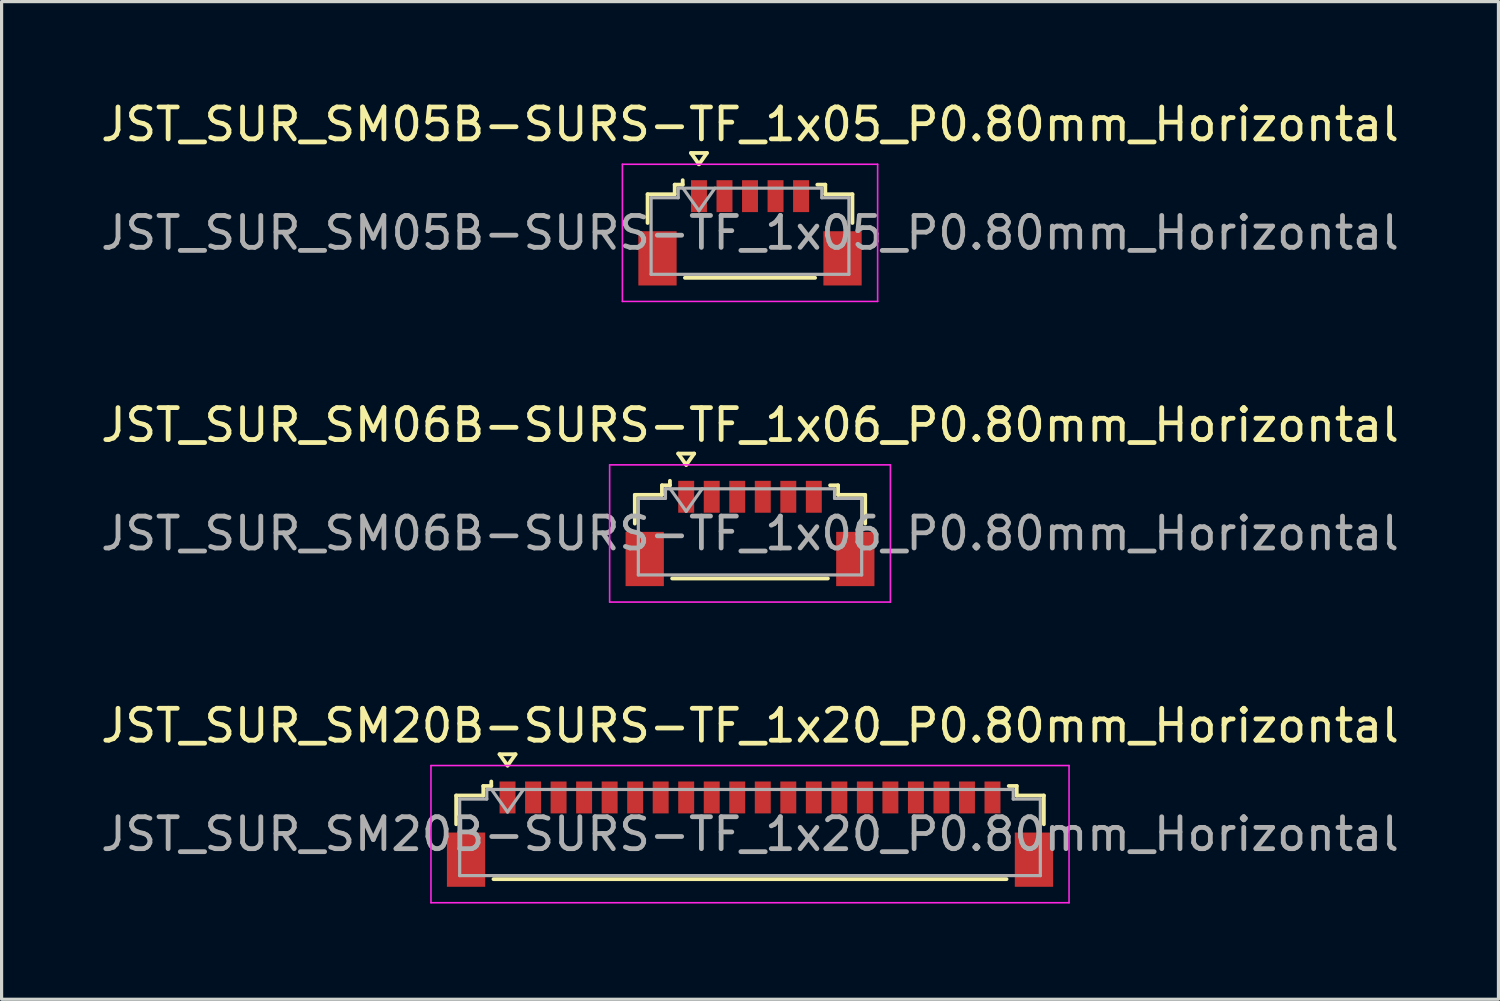
<source format=kicad_pcb>
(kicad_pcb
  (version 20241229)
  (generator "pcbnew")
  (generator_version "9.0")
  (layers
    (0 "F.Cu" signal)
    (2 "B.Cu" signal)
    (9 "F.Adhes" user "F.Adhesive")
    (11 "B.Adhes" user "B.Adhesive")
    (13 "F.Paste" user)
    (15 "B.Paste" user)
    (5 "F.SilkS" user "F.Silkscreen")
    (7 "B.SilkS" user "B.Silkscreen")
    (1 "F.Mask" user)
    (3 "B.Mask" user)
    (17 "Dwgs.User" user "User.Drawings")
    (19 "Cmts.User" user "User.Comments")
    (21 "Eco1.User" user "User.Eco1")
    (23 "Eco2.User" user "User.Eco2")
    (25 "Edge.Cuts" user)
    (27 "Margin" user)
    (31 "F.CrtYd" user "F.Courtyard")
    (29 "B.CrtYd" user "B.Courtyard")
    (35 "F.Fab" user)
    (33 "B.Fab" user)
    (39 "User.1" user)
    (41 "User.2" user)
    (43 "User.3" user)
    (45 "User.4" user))
  (footprint "JST_SUR_SM06B-SURS-TF_1x06_P0.80mm_Horizontal"
    (layer "F.Cu")
    (at 20.458 13.671)
    (property "Reference" "JST_SUR_SM06B-SURS-TF_1x06_P0.80mm_Horizontal" (at 0 -3.4 0) (layer "F.SilkS") (effects (font (size 1 1) (thickness 0.15))))
    (attr smd)
    (fp_line (start -3.61 -1.21) (end -2.76 -1.21) (stroke (width 0.12) (type solid)) (layer "F.SilkS"))
    (fp_line (start -3.61 -0.31) (end -3.61 -1.21) (stroke (width 0.12) (type solid)) (layer "F.SilkS"))
    (fp_line (start -2.76 -1.51) (end -2.51 -1.51) (stroke (width 0.12) (type solid)) (layer "F.SilkS"))
    (fp_line (start -2.76 -1.21) (end -2.76 -1.51) (stroke (width 0.12) (type solid)) (layer "F.SilkS"))
    (fp_line (start -2.51 -1.51) (end -2.51 -1.65) (stroke (width 0.12) (type solid)) (layer "F.SilkS"))
    (fp_line (start -2.44 1.41) (end 2.44 1.41) (stroke (width 0.12) (type solid)) (layer "F.SilkS"))
    (fp_line (start -2.25 -2.504) (end -2 -2.15) (stroke (width 0.12) (type solid)) (layer "F.SilkS"))
    (fp_line (start -2 -2.15) (end -1.75 -2.504) (stroke (width 0.12) (type solid)) (layer "F.SilkS"))
    (fp_line (start -1.75 -2.504) (end -2.25 -2.504) (stroke (width 0.12) (type solid)) (layer "F.SilkS"))
    (fp_line (start 2.76 -1.51) (end 2.51 -1.51) (stroke (width 0.12) (type solid)) (layer "F.SilkS"))
    (fp_line (start 2.76 -1.21) (end 2.76 -1.51) (stroke (width 0.12) (type solid)) (layer "F.SilkS"))
    (fp_line (start 3.61 -1.21) (end 2.76 -1.21) (stroke (width 0.12) (type solid)) (layer "F.SilkS"))
    (fp_line (start 3.61 -0.31) (end 3.61 -1.21) (stroke (width 0.12) (type solid)) (layer "F.SilkS"))
    (fp_line (start -4.4 -2.15) (end -4.4 2.15) (stroke (width 0.05) (type solid)) (layer "F.CrtYd"))
    (fp_line (start -4.4 2.15) (end 4.4 2.15) (stroke (width 0.05) (type solid)) (layer "F.CrtYd"))
    (fp_line (start 4.4 -2.15) (end -4.4 -2.15) (stroke (width 0.05) (type solid)) (layer "F.CrtYd"))
    (fp_line (start 4.4 2.15) (end 4.4 -2.15) (stroke (width 0.05) (type solid)) (layer "F.CrtYd"))
    (fp_line (start -3.5 -1.1) (end -3.5 1.3) (stroke (width 0.1) (type solid)) (layer "F.Fab"))
    (fp_line (start -3.5 -1.1) (end -2.65 -1.1) (stroke (width 0.1) (type solid)) (layer "F.Fab"))
    (fp_line (start -3.5 1.3) (end 3.5 1.3) (stroke (width 0.1) (type solid)) (layer "F.Fab"))
    (fp_line (start -2.65 -1.4) (end 2.65 -1.4) (stroke (width 0.1) (type solid)) (layer "F.Fab"))
    (fp_line (start -2.65 -1.1) (end -2.65 -1.4) (stroke (width 0.1) (type solid)) (layer "F.Fab"))
    (fp_line (start -2.5 -1.4) (end -2 -0.693) (stroke (width 0.1) (type solid)) (layer "F.Fab"))
    (fp_line (start -2 -0.693) (end -1.5 -1.4) (stroke (width 0.1) (type solid)) (layer "F.Fab"))
    (fp_line (start 2.65 -1.4) (end 2.65 -1.1) (stroke (width 0.1) (type solid)) (layer "F.Fab"))
    (fp_line (start 2.65 -1.1) (end 3.5 -1.1) (stroke (width 0.1) (type solid)) (layer "F.Fab"))
    (fp_line (start 3.5 -1.1) (end 3.5 1.3) (stroke (width 0.1) (type solid)) (layer "F.Fab"))
    (fp_text user "${REFERENCE}" (at 0 0 0) (layer "F.Fab") (effects (font (size 1 1) (thickness 0.15))))
    (pad "" smd rect (at -3.3 0.8) (size 1.2 1.7) (layers "F.Cu" "F.Mask" "F.Paste"))
    (pad "" smd rect (at 3.3 0.8) (size 1.2 1.7) (layers "F.Cu" "F.Mask" "F.Paste"))
    (pad "1" smd rect (at -2 -1.15) (size 0.5 1) (layers "F.Cu" "F.Mask" "F.Paste"))
    (pad "2" smd rect (at -1.2 -1.15) (size 0.5 1) (layers "F.Cu" "F.Mask" "F.Paste"))
    (pad "3" smd rect (at -0.4 -1.15) (size 0.5 1) (layers "F.Cu" "F.Mask" "F.Paste"))
    (pad "4" smd rect (at 0.4 -1.15) (size 0.5 1) (layers "F.Cu" "F.Mask" "F.Paste"))
    (pad "5" smd rect (at 1.2 -1.15) (size 0.5 1) (layers "F.Cu" "F.Mask" "F.Paste"))
    (pad "6" smd rect (at 2 -1.15) (size 0.5 1) (layers "F.Cu" "F.Mask" "F.Paste")))
  (footprint "JST_SUR_SM20B-SURS-TF_1x20_P0.80mm_Horizontal"
    (layer "F.Cu")
    (at 20.458 23.095)
    (property "Reference" "JST_SUR_SM20B-SURS-TF_1x20_P0.80mm_Horizontal" (at 0 -3.4 0) (layer "F.SilkS") (effects (font (size 1 1) (thickness 0.15))))
    (attr smd)
    (fp_line (start -9.21 -1.21) (end -8.36 -1.21) (stroke (width 0.12) (type solid)) (layer "F.SilkS"))
    (fp_line (start -9.21 -0.31) (end -9.21 -1.21) (stroke (width 0.12) (type solid)) (layer "F.SilkS"))
    (fp_line (start -8.36 -1.51) (end -8.11 -1.51) (stroke (width 0.12) (type solid)) (layer "F.SilkS"))
    (fp_line (start -8.36 -1.21) (end -8.36 -1.51) (stroke (width 0.12) (type solid)) (layer "F.SilkS"))
    (fp_line (start -8.11 -1.51) (end -8.11 -1.65) (stroke (width 0.12) (type solid)) (layer "F.SilkS"))
    (fp_line (start -8.04 1.41) (end 8.04 1.41) (stroke (width 0.12) (type solid)) (layer "F.SilkS"))
    (fp_line (start -7.85 -2.504) (end -7.6 -2.15) (stroke (width 0.12) (type solid)) (layer "F.SilkS"))
    (fp_line (start -7.6 -2.15) (end -7.35 -2.504) (stroke (width 0.12) (type solid)) (layer "F.SilkS"))
    (fp_line (start -7.35 -2.504) (end -7.85 -2.504) (stroke (width 0.12) (type solid)) (layer "F.SilkS"))
    (fp_line (start 8.36 -1.51) (end 8.11 -1.51) (stroke (width 0.12) (type solid)) (layer "F.SilkS"))
    (fp_line (start 8.36 -1.21) (end 8.36 -1.51) (stroke (width 0.12) (type solid)) (layer "F.SilkS"))
    (fp_line (start 9.21 -1.21) (end 8.36 -1.21) (stroke (width 0.12) (type solid)) (layer "F.SilkS"))
    (fp_line (start 9.21 -0.31) (end 9.21 -1.21) (stroke (width 0.12) (type solid)) (layer "F.SilkS"))
    (fp_line (start -10 -2.15) (end -10 2.15) (stroke (width 0.05) (type solid)) (layer "F.CrtYd"))
    (fp_line (start -10 2.15) (end 10 2.15) (stroke (width 0.05) (type solid)) (layer "F.CrtYd"))
    (fp_line (start 10 -2.15) (end -10 -2.15) (stroke (width 0.05) (type solid)) (layer "F.CrtYd"))
    (fp_line (start 10 2.15) (end 10 -2.15) (stroke (width 0.05) (type solid)) (layer "F.CrtYd"))
    (fp_line (start -9.1 -1.1) (end -9.1 1.3) (stroke (width 0.1) (type solid)) (layer "F.Fab"))
    (fp_line (start -9.1 -1.1) (end -8.25 -1.1) (stroke (width 0.1) (type solid)) (layer "F.Fab"))
    (fp_line (start -9.1 1.3) (end 9.1 1.3) (stroke (width 0.1) (type solid)) (layer "F.Fab"))
    (fp_line (start -8.25 -1.4) (end 8.25 -1.4) (stroke (width 0.1) (type solid)) (layer "F.Fab"))
    (fp_line (start -8.25 -1.1) (end -8.25 -1.4) (stroke (width 0.1) (type solid)) (layer "F.Fab"))
    (fp_line (start -8.1 -1.4) (end -7.6 -0.693) (stroke (width 0.1) (type solid)) (layer "F.Fab"))
    (fp_line (start -7.6 -0.693) (end -7.1 -1.4) (stroke (width 0.1) (type solid)) (layer "F.Fab"))
    (fp_line (start 8.25 -1.4) (end 8.25 -1.1) (stroke (width 0.1) (type solid)) (layer "F.Fab"))
    (fp_line (start 8.25 -1.1) (end 9.1 -1.1) (stroke (width 0.1) (type solid)) (layer "F.Fab"))
    (fp_line (start 9.1 -1.1) (end 9.1 1.3) (stroke (width 0.1) (type solid)) (layer "F.Fab"))
    (fp_text user "${REFERENCE}" (at 0 0 0) (layer "F.Fab") (effects (font (size 1 1) (thickness 0.15))))
    (pad "" smd rect (at -8.9 0.8) (size 1.2 1.7) (layers "F.Cu" "F.Mask" "F.Paste"))
    (pad "" smd rect (at 8.9 0.8) (size 1.2 1.7) (layers "F.Cu" "F.Mask" "F.Paste"))
    (pad "1" smd rect (at -7.6 -1.15) (size 0.5 1) (layers "F.Cu" "F.Mask" "F.Paste"))
    (pad "2" smd rect (at -6.8 -1.15) (size 0.5 1) (layers "F.Cu" "F.Mask" "F.Paste"))
    (pad "3" smd rect (at -6 -1.15) (size 0.5 1) (layers "F.Cu" "F.Mask" "F.Paste"))
    (pad "4" smd rect (at -5.2 -1.15) (size 0.5 1) (layers "F.Cu" "F.Mask" "F.Paste"))
    (pad "5" smd rect (at -4.4 -1.15) (size 0.5 1) (layers "F.Cu" "F.Mask" "F.Paste"))
    (pad "6" smd rect (at -3.6 -1.15) (size 0.5 1) (layers "F.Cu" "F.Mask" "F.Paste"))
    (pad "7" smd rect (at -2.8 -1.15) (size 0.5 1) (layers "F.Cu" "F.Mask" "F.Paste"))
    (pad "8" smd rect (at -2 -1.15) (size 0.5 1) (layers "F.Cu" "F.Mask" "F.Paste"))
    (pad "9" smd rect (at -1.2 -1.15) (size 0.5 1) (layers "F.Cu" "F.Mask" "F.Paste"))
    (pad "10" smd rect (at -0.4 -1.15) (size 0.5 1) (layers "F.Cu" "F.Mask" "F.Paste"))
    (pad "11" smd rect (at 0.4 -1.15) (size 0.5 1) (layers "F.Cu" "F.Mask" "F.Paste"))
    (pad "12" smd rect (at 1.2 -1.15) (size 0.5 1) (layers "F.Cu" "F.Mask" "F.Paste"))
    (pad "13" smd rect (at 2 -1.15) (size 0.5 1) (layers "F.Cu" "F.Mask" "F.Paste"))
    (pad "14" smd rect (at 2.8 -1.15) (size 0.5 1) (layers "F.Cu" "F.Mask" "F.Paste"))
    (pad "15" smd rect (at 3.6 -1.15) (size 0.5 1) (layers "F.Cu" "F.Mask" "F.Paste"))
    (pad "16" smd rect (at 4.4 -1.15) (size 0.5 1) (layers "F.Cu" "F.Mask" "F.Paste"))
    (pad "17" smd rect (at 5.2 -1.15) (size 0.5 1) (layers "F.Cu" "F.Mask" "F.Paste"))
    (pad "18" smd rect (at 6 -1.15) (size 0.5 1) (layers "F.Cu" "F.Mask" "F.Paste"))
    (pad "19" smd rect (at 6.8 -1.15) (size 0.5 1) (layers "F.Cu" "F.Mask" "F.Paste"))
    (pad "20" smd rect (at 7.6 -1.15) (size 0.5 1) (layers "F.Cu" "F.Mask" "F.Paste")))
  (footprint "JST_SUR_SM05B-SURS-TF_1x05_P0.80mm_Horizontal"
    (layer "F.Cu")
    (at 20.458 4.248)
    (property "Reference" "JST_SUR_SM05B-SURS-TF_1x05_P0.80mm_Horizontal" (at 0 -3.4 0) (layer "F.SilkS") (effects (font (size 1 1) (thickness 0.15))))
    (attr smd)
    (fp_line (start -3.21 -1.21) (end -2.36 -1.21) (stroke (width 0.12) (type solid)) (layer "F.SilkS"))
    (fp_line (start -3.21 -0.31) (end -3.21 -1.21) (stroke (width 0.12) (type solid)) (layer "F.SilkS"))
    (fp_line (start -2.36 -1.51) (end -2.11 -1.51) (stroke (width 0.12) (type solid)) (layer "F.SilkS"))
    (fp_line (start -2.36 -1.21) (end -2.36 -1.51) (stroke (width 0.12) (type solid)) (layer "F.SilkS"))
    (fp_line (start -2.11 -1.51) (end -2.11 -1.65) (stroke (width 0.12) (type solid)) (layer "F.SilkS"))
    (fp_line (start -2.04 1.41) (end 2.04 1.41) (stroke (width 0.12) (type solid)) (layer "F.SilkS"))
    (fp_line (start -1.85 -2.504) (end -1.6 -2.15) (stroke (width 0.12) (type solid)) (layer "F.SilkS"))
    (fp_line (start -1.6 -2.15) (end -1.35 -2.504) (stroke (width 0.12) (type solid)) (layer "F.SilkS"))
    (fp_line (start -1.35 -2.504) (end -1.85 -2.504) (stroke (width 0.12) (type solid)) (layer "F.SilkS"))
    (fp_line (start 2.36 -1.51) (end 2.11 -1.51) (stroke (width 0.12) (type solid)) (layer "F.SilkS"))
    (fp_line (start 2.36 -1.21) (end 2.36 -1.51) (stroke (width 0.12) (type solid)) (layer "F.SilkS"))
    (fp_line (start 3.21 -1.21) (end 2.36 -1.21) (stroke (width 0.12) (type solid)) (layer "F.SilkS"))
    (fp_line (start 3.21 -0.31) (end 3.21 -1.21) (stroke (width 0.12) (type solid)) (layer "F.SilkS"))
    (fp_line (start -4 -2.15) (end -4 2.15) (stroke (width 0.05) (type solid)) (layer "F.CrtYd"))
    (fp_line (start -4 2.15) (end 4 2.15) (stroke (width 0.05) (type solid)) (layer "F.CrtYd"))
    (fp_line (start 4 -2.15) (end -4 -2.15) (stroke (width 0.05) (type solid)) (layer "F.CrtYd"))
    (fp_line (start 4 2.15) (end 4 -2.15) (stroke (width 0.05) (type solid)) (layer "F.CrtYd"))
    (fp_line (start -3.1 -1.1) (end -3.1 1.3) (stroke (width 0.1) (type solid)) (layer "F.Fab"))
    (fp_line (start -3.1 -1.1) (end -2.25 -1.1) (stroke (width 0.1) (type solid)) (layer "F.Fab"))
    (fp_line (start -3.1 1.3) (end 3.1 1.3) (stroke (width 0.1) (type solid)) (layer "F.Fab"))
    (fp_line (start -2.25 -1.4) (end 2.25 -1.4) (stroke (width 0.1) (type solid)) (layer "F.Fab"))
    (fp_line (start -2.25 -1.1) (end -2.25 -1.4) (stroke (width 0.1) (type solid)) (layer "F.Fab"))
    (fp_line (start -2.1 -1.4) (end -1.6 -0.693) (stroke (width 0.1) (type solid)) (layer "F.Fab"))
    (fp_line (start -1.6 -0.693) (end -1.1 -1.4) (stroke (width 0.1) (type solid)) (layer "F.Fab"))
    (fp_line (start 2.25 -1.4) (end 2.25 -1.1) (stroke (width 0.1) (type solid)) (layer "F.Fab"))
    (fp_line (start 2.25 -1.1) (end 3.1 -1.1) (stroke (width 0.1) (type solid)) (layer "F.Fab"))
    (fp_line (start 3.1 -1.1) (end 3.1 1.3) (stroke (width 0.1) (type solid)) (layer "F.Fab"))
    (fp_text user "${REFERENCE}" (at 0 0 0) (layer "F.Fab") (effects (font (size 1 1) (thickness 0.15))))
    (pad "" smd rect (at -2.9 0.8) (size 1.2 1.7) (layers "F.Cu" "F.Mask" "F.Paste"))
    (pad "" smd rect (at 2.9 0.8) (size 1.2 1.7) (layers "F.Cu" "F.Mask" "F.Paste"))
    (pad "1" smd rect (at -1.6 -1.15) (size 0.5 1) (layers "F.Cu" "F.Mask" "F.Paste"))
    (pad "2" smd rect (at -0.8 -1.15) (size 0.5 1) (layers "F.Cu" "F.Mask" "F.Paste"))
    (pad "3" smd rect (at 0 -1.15) (size 0.5 1) (layers "F.Cu" "F.Mask" "F.Paste"))
    (pad "4" smd rect (at 0.8 -1.15) (size 0.5 1) (layers "F.Cu" "F.Mask" "F.Paste"))
    (pad "5" smd rect (at 1.6 -1.15) (size 0.5 1) (layers "F.Cu" "F.Mask" "F.Paste")))
  (gr_rect
    (start -3 -3)
    (end 43.917 28.27)
    (stroke (width 0.1) (type default))
    (fill no)
    (layer "Edge.Cuts")))
</source>
